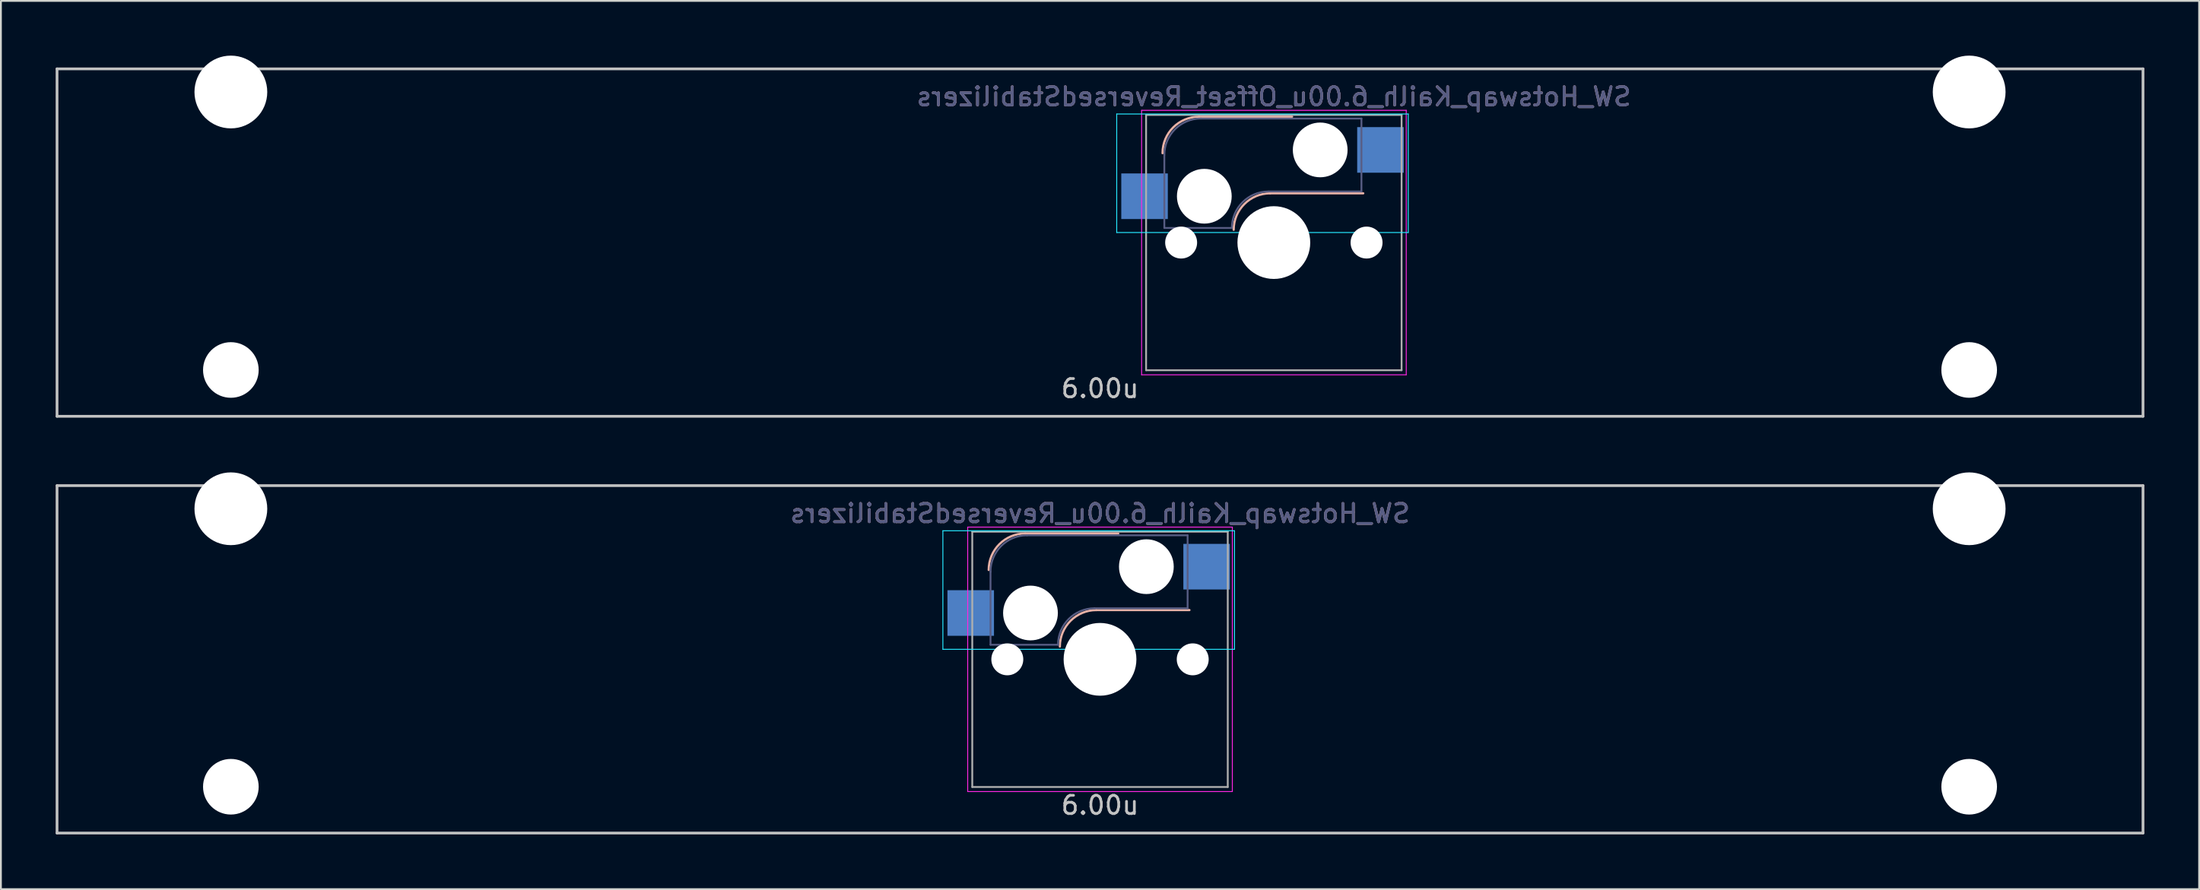
<source format=kicad_pcb>
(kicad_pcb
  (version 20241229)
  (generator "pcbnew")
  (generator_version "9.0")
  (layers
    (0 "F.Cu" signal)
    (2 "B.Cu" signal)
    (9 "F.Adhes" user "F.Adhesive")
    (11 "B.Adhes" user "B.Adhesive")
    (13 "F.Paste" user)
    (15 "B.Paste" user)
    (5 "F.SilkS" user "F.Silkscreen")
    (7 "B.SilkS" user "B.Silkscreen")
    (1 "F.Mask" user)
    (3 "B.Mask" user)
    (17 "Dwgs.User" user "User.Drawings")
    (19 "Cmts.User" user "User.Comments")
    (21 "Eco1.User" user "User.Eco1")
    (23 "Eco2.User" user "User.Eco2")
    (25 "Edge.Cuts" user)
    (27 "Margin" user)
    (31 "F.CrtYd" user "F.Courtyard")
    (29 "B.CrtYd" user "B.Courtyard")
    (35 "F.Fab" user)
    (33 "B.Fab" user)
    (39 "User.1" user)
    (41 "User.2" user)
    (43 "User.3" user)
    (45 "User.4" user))
  (footprint "SW_Hotswap_Kailh_6.00u_Offset_ReversedStabilizers"
    (layer "F.Cu")
    (at 57.225 10.249)
    (property "Reference" "SW_Hotswap_Kailh_6.00u_Offset_ReversedStabilizers" (at 9.525 -8 0) (layer "B.SilkS") (effects (font (size 1 1) (thickness 0.15)) (justify mirror)))
    (attr smd)
    (fp_line (start 10.525 -6.9) (end 5.425 -6.9) (stroke (width 0.12) (type solid)) (layer "B.SilkS"))
    (fp_line (start 14.425 -2.7) (end 9.325 -2.7) (stroke (width 0.12) (type solid)) (layer "B.SilkS"))
    (fp_arc (start 3.425 -4.9) (mid 4.010786 -6.314214) (end 5.425 -6.9) (stroke (width 0.12) (type solid)) (layer "B.SilkS"))
    (fp_arc (start 7.325 -0.7) (mid 7.910786 -2.114214) (end 9.325 -2.7) (stroke (width 0.12) (type solid)) (layer "B.SilkS"))
    (fp_line (start -57.15 -9.525) (end 57.15 -9.525) (stroke (width 0.15) (type solid)) (layer "Dwgs.User"))
    (fp_line (start -57.15 9.525) (end -57.15 -9.525) (stroke (width 0.15) (type solid)) (layer "Dwgs.User"))
    (fp_line (start -57.15 9.525) (end 57.15 9.525) (stroke (width 0.15) (type solid)) (layer "Dwgs.User"))
    (fp_line (start 57.15 -9.525) (end 57.15 9.525) (stroke (width 0.15) (type solid)) (layer "Dwgs.User"))
    (fp_line (start 0.915 -7.05) (end 16.89 -7.05) (stroke (width 0.05) (type solid)) (layer "B.CrtYd"))
    (fp_line (start 0.915 -0.55) (end 0.915 -7.05) (stroke (width 0.05) (type solid)) (layer "B.CrtYd"))
    (fp_line (start 0.915 -0.55) (end 16.89 -0.55) (stroke (width 0.05) (type solid)) (layer "B.CrtYd"))
    (fp_line (start 16.89 -7.05) (end 16.89 -0.55) (stroke (width 0.05) (type solid)) (layer "B.CrtYd"))
    (fp_line (start 2.28 -7.25) (end 16.78 -7.25) (stroke (width 0.05) (type solid)) (layer "F.CrtYd"))
    (fp_line (start 2.28 7.25) (end 2.28 -7.25) (stroke (width 0.05) (type solid)) (layer "F.CrtYd"))
    (fp_line (start 16.78 -7.25) (end 16.78 7.25) (stroke (width 0.05) (type solid)) (layer "F.CrtYd"))
    (fp_line (start 16.78 7.25) (end 2.28 7.25) (stroke (width 0.05) (type solid)) (layer "F.CrtYd"))
    (fp_line (start 3.525 -0.8) (end 3.525 -4.8) (stroke (width 0.1) (type solid)) (layer "B.Fab"))
    (fp_line (start 3.525 -0.8) (end 7.225 -0.8) (stroke (width 0.1) (type solid)) (layer "B.Fab"))
    (fp_line (start 5.525 -6.8) (end 14.325 -6.8) (stroke (width 0.1) (type solid)) (layer "B.Fab"))
    (fp_line (start 9.225 -2.8) (end 14.325 -2.8) (stroke (width 0.1) (type solid)) (layer "B.Fab"))
    (fp_line (start 14.325 -6.8) (end 14.325 -2.8) (stroke (width 0.1) (type solid)) (layer "B.Fab"))
    (fp_arc (start 3.525 -4.8) (mid 4.110786 -6.214214) (end 5.525 -6.8) (stroke (width 0.1) (type solid)) (layer "B.Fab"))
    (fp_arc (start 7.225 -0.8) (mid 7.810786 -2.214214) (end 9.225 -2.8) (stroke (width 0.1) (type solid)) (layer "B.Fab"))
    (fp_line (start 2.525 -7) (end 16.525 -7) (stroke (width 0.1) (type solid)) (layer "F.Fab"))
    (fp_line (start 2.525 7) (end 2.525 -7) (stroke (width 0.1) (type solid)) (layer "F.Fab"))
    (fp_line (start 16.525 -7) (end 16.525 7) (stroke (width 0.1) (type solid)) (layer "F.Fab"))
    (fp_line (start 16.525 7) (end 2.525 7) (stroke (width 0.1) (type solid)) (layer "F.Fab"))
    (fp_text user "6.00u" (at 0 8 0) (layer "Dwgs.User") (effects (font (size 1 1) (thickness 0.15))))
    (fp_text user "${REFERENCE}" (at 9.525 -8 0) (layer "B.Fab") (effects (font (size 1 1) (thickness 0.15)) (justify mirror)))
    (pad "" np_thru_hole circle (at -47.625 -8.255) (size 3.988 3.988) (drill 3.988) (layers "*.Cu" "*.Mask"))
    (pad "" np_thru_hole circle (at -47.625 6.985) (size 3.048 3.048) (drill 3.048) (layers "*.Cu" "*.Mask"))
    (pad "" np_thru_hole circle (at 4.445 0 48.1) (size 1.75 1.75) (drill 1.75) (layers "*.Cu" "*.Mask"))
    (pad "" np_thru_hole circle (at 5.715 -2.54) (size 3 3) (drill 3) (layers "*.Cu" "*.Mask"))
    (pad "" np_thru_hole circle (at 9.525 0) (size 3.988 3.988) (drill 3.988) (layers "*.Cu" "*.Mask"))
    (pad "" np_thru_hole circle (at 12.065 -5.08) (size 3 3) (drill 3) (layers "*.Cu" "*.Mask"))
    (pad "" np_thru_hole circle (at 14.605 0 48.1) (size 1.75 1.75) (drill 1.75) (layers "*.Cu" "*.Mask"))
    (pad "" np_thru_hole circle (at 47.625 -8.255) (size 3.988 3.988) (drill 3.988) (layers "*.Cu" "*.Mask"))
    (pad "" np_thru_hole circle (at 47.625 6.985) (size 3.048 3.048) (drill 3.048) (layers "*.Cu" "*.Mask"))
    (pad "1" smd rect (at 2.44 -2.54) (size 2.55 2.5) (layers "B.Cu" "B.Mask" "B.Paste"))
    (pad "2" smd rect (at 15.367 -5.08) (size 2.55 2.5) (layers "B.Cu" "B.Mask" "B.Paste")))
  (footprint "SW_Hotswap_Kailh_6.00u_ReversedStabilizers"
    (layer "F.Cu")
    (at 57.225 33.098)
    (property "Reference" "SW_Hotswap_Kailh_6.00u_ReversedStabilizers" (at 0 -8 0) (layer "B.SilkS") (effects (font (size 1 1) (thickness 0.15)) (justify mirror)))
    (attr smd)
    (fp_line (start 1 -6.9) (end -4.1 -6.9) (stroke (width 0.12) (type solid)) (layer "B.SilkS"))
    (fp_line (start 4.9 -2.7) (end -0.2 -2.7) (stroke (width 0.12) (type solid)) (layer "B.SilkS"))
    (fp_arc (start -6.1 -4.9) (mid -5.514214 -6.314214) (end -4.1 -6.9) (stroke (width 0.12) (type solid)) (layer "B.SilkS"))
    (fp_arc (start -2.2 -0.7) (mid -1.614214 -2.114214) (end -0.2 -2.7) (stroke (width 0.12) (type solid)) (layer "B.SilkS"))
    (fp_line (start -57.15 -9.525) (end 57.15 -9.525) (stroke (width 0.15) (type solid)) (layer "Dwgs.User"))
    (fp_line (start -57.15 9.525) (end -57.15 -9.525) (stroke (width 0.15) (type solid)) (layer "Dwgs.User"))
    (fp_line (start -57.15 9.525) (end 57.15 9.525) (stroke (width 0.15) (type solid)) (layer "Dwgs.User"))
    (fp_line (start 57.15 -9.525) (end 57.15 9.525) (stroke (width 0.15) (type solid)) (layer "Dwgs.User"))
    (fp_line (start -8.61 -7.05) (end 7.37 -7.05) (stroke (width 0.05) (type solid)) (layer "B.CrtYd"))
    (fp_line (start -8.61 -0.55) (end -8.61 -7.05) (stroke (width 0.05) (type solid)) (layer "B.CrtYd"))
    (fp_line (start -8.61 -0.55) (end 7.37 -0.55) (stroke (width 0.05) (type solid)) (layer "B.CrtYd"))
    (fp_line (start 7.37 -7.05) (end 7.37 -0.55) (stroke (width 0.05) (type solid)) (layer "B.CrtYd"))
    (fp_line (start -7.25 -7.25) (end 7.25 -7.25) (stroke (width 0.05) (type solid)) (layer "F.CrtYd"))
    (fp_line (start -7.25 7.25) (end -7.25 -7.25) (stroke (width 0.05) (type solid)) (layer "F.CrtYd"))
    (fp_line (start 7.25 -7.25) (end 7.25 7.25) (stroke (width 0.05) (type solid)) (layer "F.CrtYd"))
    (fp_line (start 7.25 7.25) (end -7.25 7.25) (stroke (width 0.05) (type solid)) (layer "F.CrtYd"))
    (fp_line (start -6 -0.8) (end -6 -4.8) (stroke (width 0.1) (type solid)) (layer "B.Fab"))
    (fp_line (start -6 -0.8) (end -2.3 -0.8) (stroke (width 0.1) (type solid)) (layer "B.Fab"))
    (fp_line (start -4 -6.8) (end 4.8 -6.8) (stroke (width 0.1) (type solid)) (layer "B.Fab"))
    (fp_line (start -0.3 -2.8) (end 4.8 -2.8) (stroke (width 0.1) (type solid)) (layer "B.Fab"))
    (fp_line (start 4.8 -6.8) (end 4.8 -2.8) (stroke (width 0.1) (type solid)) (layer "B.Fab"))
    (fp_arc (start -6 -4.8) (mid -5.414214 -6.214214) (end -4 -6.8) (stroke (width 0.1) (type solid)) (layer "B.Fab"))
    (fp_arc (start -2.3 -0.8) (mid -1.714214 -2.214214) (end -0.3 -2.8) (stroke (width 0.1) (type solid)) (layer "B.Fab"))
    (fp_line (start -7 -7) (end 7 -7) (stroke (width 0.1) (type solid)) (layer "F.Fab"))
    (fp_line (start -7 7) (end -7 -7) (stroke (width 0.1) (type solid)) (layer "F.Fab"))
    (fp_line (start 7 -7) (end 7 7) (stroke (width 0.1) (type solid)) (layer "F.Fab"))
    (fp_line (start 7 7) (end -7 7) (stroke (width 0.1) (type solid)) (layer "F.Fab"))
    (fp_text user "6.00u" (at 0 8 0) (layer "Dwgs.User") (effects (font (size 1 1) (thickness 0.15))))
    (fp_text user "${REFERENCE}" (at 0 -8 0) (layer "B.Fab") (effects (font (size 1 1) (thickness 0.15)) (justify mirror)))
    (pad "" np_thru_hole circle (at -47.625 -8.255) (size 3.988 3.988) (drill 3.988) (layers "*.Cu" "*.Mask"))
    (pad "" np_thru_hole circle (at -47.625 6.985) (size 3.048 3.048) (drill 3.048) (layers "*.Cu" "*.Mask"))
    (pad "" np_thru_hole circle (at -5.08 0 48.1) (size 1.75 1.75) (drill 1.75) (layers "*.Cu" "*.Mask"))
    (pad "" np_thru_hole circle (at -3.81 -2.54) (size 3 3) (drill 3) (layers "*.Cu" "*.Mask"))
    (pad "" np_thru_hole circle (at 0 0) (size 3.988 3.988) (drill 3.988) (layers "*.Cu" "*.Mask"))
    (pad "" np_thru_hole circle (at 2.54 -5.08) (size 3 3) (drill 3) (layers "*.Cu" "*.Mask"))
    (pad "" np_thru_hole circle (at 5.08 0 48.1) (size 1.75 1.75) (drill 1.75) (layers "*.Cu" "*.Mask"))
    (pad "" np_thru_hole circle (at 47.625 -8.255) (size 3.988 3.988) (drill 3.988) (layers "*.Cu" "*.Mask"))
    (pad "" np_thru_hole circle (at 47.625 6.985) (size 3.048 3.048) (drill 3.048) (layers "*.Cu" "*.Mask"))
    (pad "1" smd rect (at -7.085 -2.54) (size 2.55 2.5) (layers "B.Cu" "B.Mask" "B.Paste"))
    (pad "2" smd rect (at 5.842 -5.08) (size 2.55 2.5) (layers "B.Cu" "B.Mask" "B.Paste")))
  (gr_rect
    (start -3 -3)
    (end 117.45 45.698)
    (stroke (width 0.1) (type default))
    (fill no)
    (layer "Edge.Cuts")))
</source>
